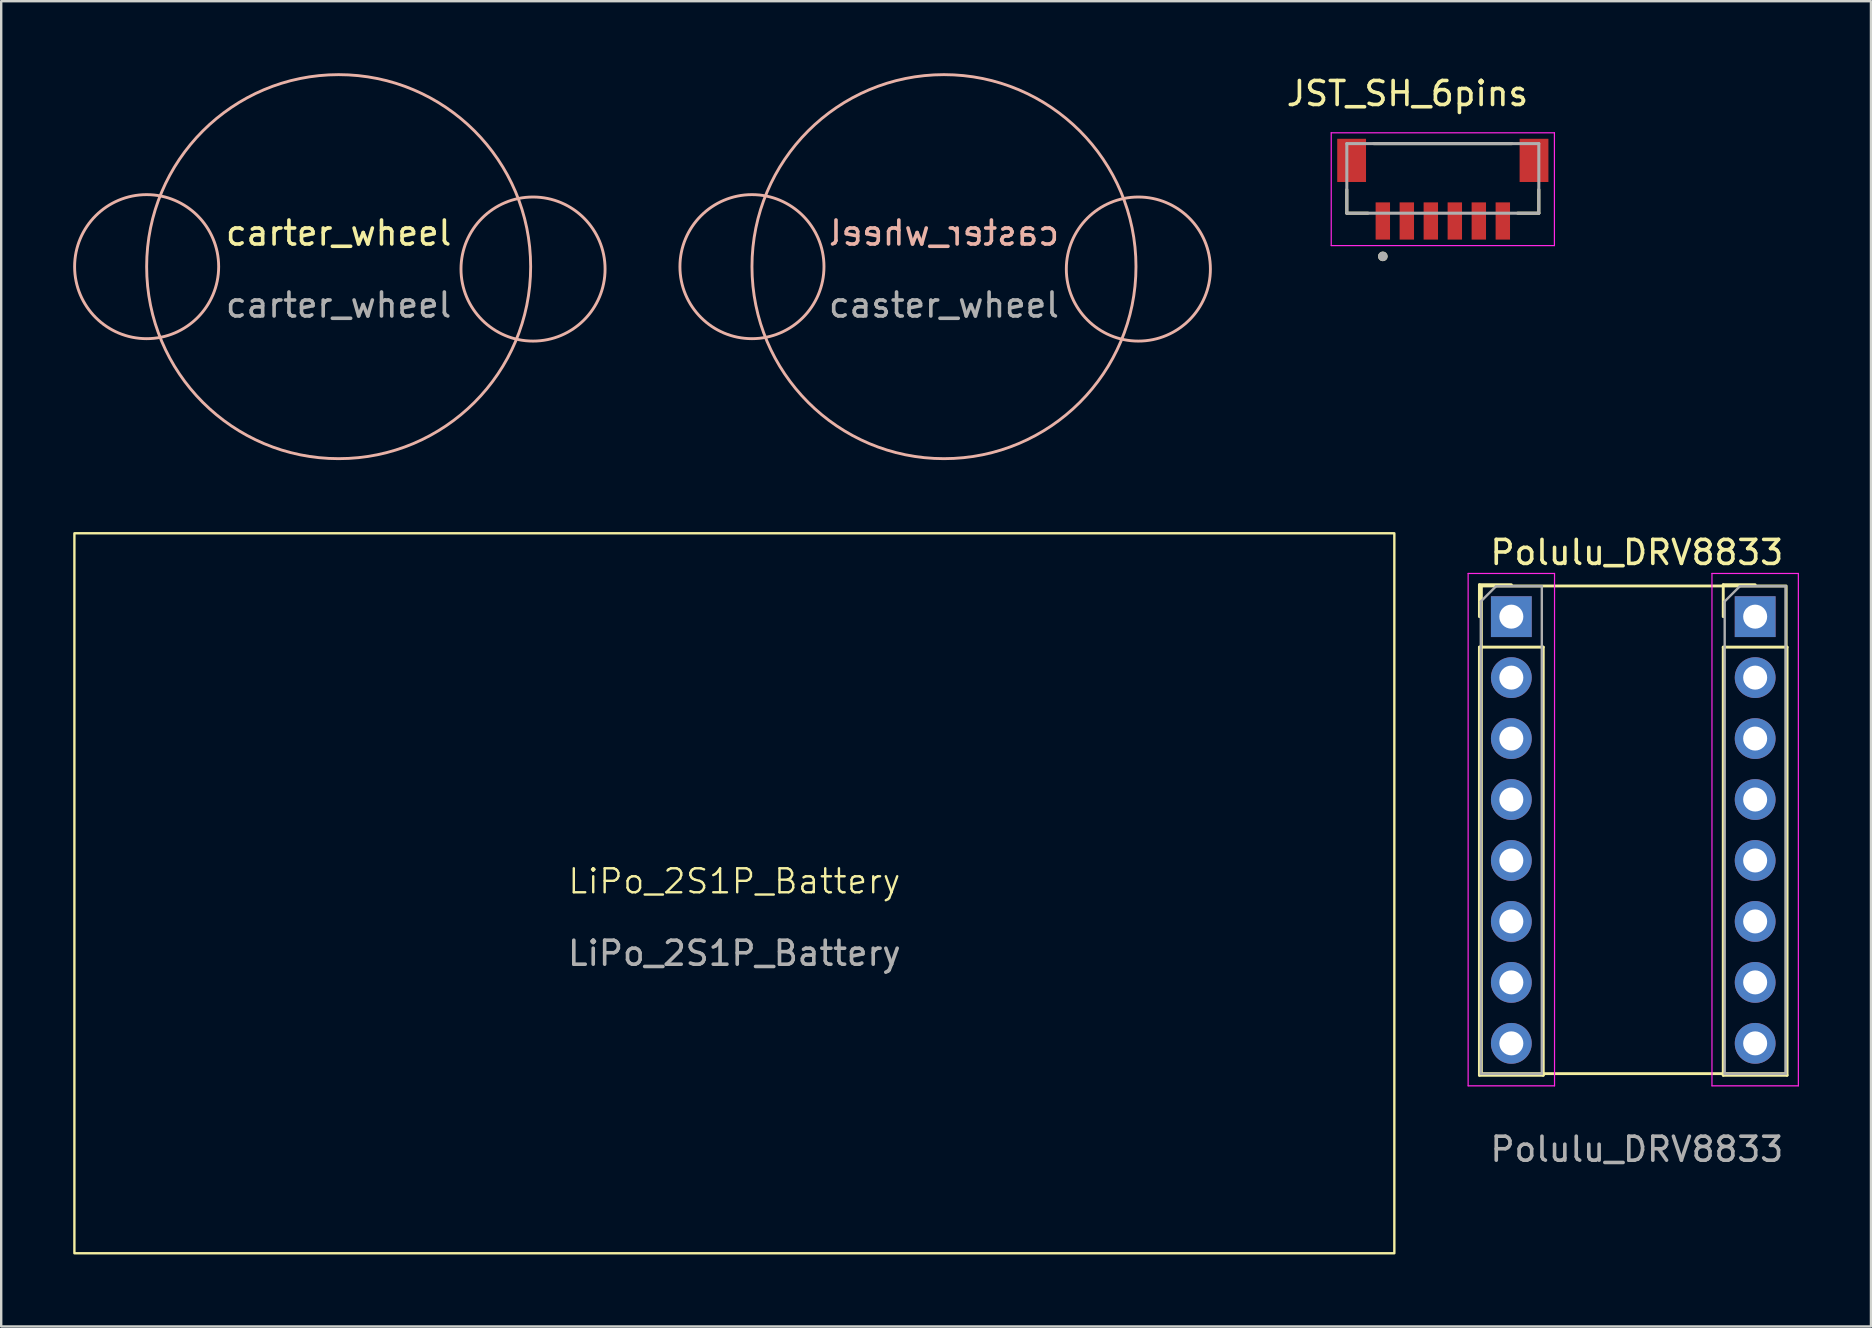
<source format=kicad_pcb>
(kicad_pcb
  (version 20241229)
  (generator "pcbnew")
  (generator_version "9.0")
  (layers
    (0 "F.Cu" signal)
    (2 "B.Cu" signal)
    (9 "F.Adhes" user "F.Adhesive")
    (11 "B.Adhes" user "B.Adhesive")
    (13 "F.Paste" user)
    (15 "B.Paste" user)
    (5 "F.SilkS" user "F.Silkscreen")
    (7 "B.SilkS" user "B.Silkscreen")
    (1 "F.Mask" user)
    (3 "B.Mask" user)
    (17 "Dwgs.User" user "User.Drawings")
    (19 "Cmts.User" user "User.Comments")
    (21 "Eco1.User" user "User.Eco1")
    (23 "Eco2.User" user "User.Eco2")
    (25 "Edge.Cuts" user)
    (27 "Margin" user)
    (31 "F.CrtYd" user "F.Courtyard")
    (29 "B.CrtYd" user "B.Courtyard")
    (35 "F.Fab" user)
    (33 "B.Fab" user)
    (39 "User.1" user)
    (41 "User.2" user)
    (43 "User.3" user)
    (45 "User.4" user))
  (footprint "JST_SH_6pins"
    (layer "F.Cu")
    (at 57.07 3.633)
    (property "Reference" "JST_SH_6pins" (at -1.475 -2.785 0) (layer "F.SilkS") (effects (font (size 1 1) (thickness 0.15))))
    (attr smd)
    (fp_line (start -4 2.2) (end -4 1.22) (stroke (width 0.127) (type solid)) (layer "F.SilkS"))
    (fp_line (start -3.12 2.2) (end -4 2.2) (stroke (width 0.127) (type solid)) (layer "F.SilkS"))
    (fp_line (start -2.88 -0.7) (end 2.88 -0.7) (stroke (width 0.127) (type solid)) (layer "F.SilkS"))
    (fp_line (start 4 2.2) (end 3.12 2.2) (stroke (width 0.127) (type solid)) (layer "F.SilkS"))
    (fp_line (start 4 2.2) (end 4 1.22) (stroke (width 0.127) (type solid)) (layer "F.SilkS"))
    (fp_circle (center -2.5 4) (end -2.4 4) (stroke (width 0.2) (type solid)) (fill no) (layer "F.SilkS"))
    (fp_line (start -4.65 -1.15) (end -4.65 3.55) (stroke (width 0.05) (type solid)) (layer "F.CrtYd"))
    (fp_line (start -4.65 3.55) (end 4.65 3.55) (stroke (width 0.05) (type solid)) (layer "F.CrtYd"))
    (fp_line (start 4.65 -1.15) (end -4.65 -1.15) (stroke (width 0.05) (type solid)) (layer "F.CrtYd"))
    (fp_line (start 4.65 3.55) (end 4.65 -1.15) (stroke (width 0.05) (type solid)) (layer "F.CrtYd"))
    (fp_line (start -4 -0.7) (end 4 -0.7) (stroke (width 0.127) (type solid)) (layer "F.Fab"))
    (fp_line (start -4 2.2) (end -4 -0.7) (stroke (width 0.127) (type solid)) (layer "F.Fab"))
    (fp_line (start 4 -0.7) (end 4 2.2) (stroke (width 0.127) (type solid)) (layer "F.Fab"))
    (fp_line (start 4 2.2) (end -4 2.2) (stroke (width 0.127) (type solid)) (layer "F.Fab"))
    (fp_circle (center -2.5 4) (end -2.4 4) (stroke (width 0.2) (type solid)) (fill no) (layer "F.Fab"))
    (pad "1" smd rect (at -2.5 2.525) (size 0.6 1.55) (layers "F.Cu" "F.Mask" "F.Paste"))
    (pad "2" smd rect (at -1.5 2.525) (size 0.6 1.55) (layers "F.Cu" "F.Mask" "F.Paste"))
    (pad "3" smd rect (at -0.5 2.525) (size 0.6 1.55) (layers "F.Cu" "F.Mask" "F.Paste"))
    (pad "4" smd rect (at 0.5 2.525) (size 0.6 1.55) (layers "F.Cu" "F.Mask" "F.Paste"))
    (pad "5" smd rect (at 1.5 2.525) (size 0.6 1.55) (layers "F.Cu" "F.Mask" "F.Paste"))
    (pad "6" smd rect (at 2.5 2.525) (size 0.6 1.55) (layers "F.Cu" "F.Mask" "F.Paste"))
    (pad "S1" smd rect (at -3.8 0) (size 1.2 1.8) (layers "F.Cu" "F.Mask" "F.Paste"))
    (pad "S2" smd rect (at 3.8 0) (size 1.2 1.8) (layers "F.Cu" "F.Mask" "F.Paste")))
  (footprint "caster_wheel"
    (layer "F.Cu")
    (at 36.284 8.061)
    (property "Reference" "caster_wheel" (at 0 -1.4 0) (unlocked yes) (layer "B.SilkS") (effects (font (size 1 1) (thickness 0.15)) (justify mirror)))
    (attr through_hole)
    (fp_circle (center -8.001 0) (end -5 0) (stroke (width 0.12) (type solid)) (fill no) (layer "B.SilkS"))
    (fp_circle (center 0 0) (end 8 0.1) (stroke (width 0.12) (type solid)) (fill no) (layer "B.SilkS"))
    (fp_circle (center 8.1 0.1) (end 11.1 0) (stroke (width 0.12) (type solid)) (fill no) (layer "B.SilkS"))
    (fp_text user "${REFERENCE}" (at 0 1.6 0) (unlocked yes) (layer "F.Fab") (effects (font (size 1 1) (thickness 0.15)))))
  (footprint "Polulu_DRV8833"
    (layer "F.Cu")
    (at 65.154 31.654)
    (property "Reference" "Polulu_DRV8833" (at 0 -11.684 0) (unlocked yes) (layer "F.SilkS") (effects (font (size 1 1) (thickness 0.15))))
    (attr through_hole)
    (fp_line (start -6.559 -10.339) (end -5.229 -10.339) (stroke (width 0.12) (type solid)) (layer "F.SilkS"))
    (fp_line (start -6.559 -9.009) (end -6.559 -10.339) (stroke (width 0.12) (type solid)) (layer "F.SilkS"))
    (fp_line (start -6.559 -7.739) (end -6.559 10.101) (stroke (width 0.12) (type solid)) (layer "F.SilkS"))
    (fp_line (start -6.559 -7.739) (end -3.899 -7.739) (stroke (width 0.12) (type solid)) (layer "F.SilkS"))
    (fp_line (start -6.559 10.101) (end -3.899 10.101) (stroke (width 0.12) (type solid)) (layer "F.SilkS"))
    (fp_line (start -3.899 -7.739) (end -3.899 10.101) (stroke (width 0.12) (type solid)) (layer "F.SilkS"))
    (fp_line (start 3.601 -10.339) (end 4.931 -10.339) (stroke (width 0.12) (type solid)) (layer "F.SilkS"))
    (fp_line (start 3.601 -9.009) (end 3.601 -10.339) (stroke (width 0.12) (type solid)) (layer "F.SilkS"))
    (fp_line (start 3.601 -7.739) (end 3.601 10.101) (stroke (width 0.12) (type solid)) (layer "F.SilkS"))
    (fp_line (start 3.601 -7.739) (end 6.261 -7.739) (stroke (width 0.12) (type solid)) (layer "F.SilkS"))
    (fp_line (start 3.601 10.101) (end 6.261 10.101) (stroke (width 0.12) (type solid)) (layer "F.SilkS"))
    (fp_line (start 6.261 -7.739) (end 6.261 10.101) (stroke (width 0.12) (type solid)) (layer "F.SilkS"))
    (fp_rect (start -6.477 -10.287) (end 6.223 10.033) (stroke (width 0.12) (type solid)) (fill no) (layer "F.SilkS"))
    (fp_line (start -7.029 -10.809) (end -7.029 10.541) (stroke (width 0.05) (type solid)) (layer "F.CrtYd"))
    (fp_line (start -7.029 10.541) (end -3.429 10.541) (stroke (width 0.05) (type solid)) (layer "F.CrtYd"))
    (fp_line (start -3.429 -10.809) (end -7.029 -10.809) (stroke (width 0.05) (type solid)) (layer "F.CrtYd"))
    (fp_line (start -3.429 10.541) (end -3.429 -10.809) (stroke (width 0.05) (type solid)) (layer "F.CrtYd"))
    (fp_line (start 3.131 -10.809) (end 3.131 10.541) (stroke (width 0.05) (type solid)) (layer "F.CrtYd"))
    (fp_line (start 3.131 10.541) (end 6.731 10.541) (stroke (width 0.05) (type solid)) (layer "F.CrtYd"))
    (fp_line (start 6.731 -10.809) (end 3.131 -10.809) (stroke (width 0.05) (type solid)) (layer "F.CrtYd"))
    (fp_line (start 6.731 10.541) (end 6.731 -10.809) (stroke (width 0.05) (type solid)) (layer "F.CrtYd"))
    (fp_line (start -6.499 -9.644) (end -5.864 -10.279) (stroke (width 0.1) (type solid)) (layer "F.Fab"))
    (fp_line (start -6.499 10.041) (end -6.499 -9.644) (stroke (width 0.1) (type solid)) (layer "F.Fab"))
    (fp_line (start -5.864 -10.279) (end -3.959 -10.279) (stroke (width 0.1) (type solid)) (layer "F.Fab"))
    (fp_line (start -3.959 -10.279) (end -3.959 10.041) (stroke (width 0.1) (type solid)) (layer "F.Fab"))
    (fp_line (start -3.959 10.041) (end -6.499 10.041) (stroke (width 0.1) (type solid)) (layer "F.Fab"))
    (fp_line (start 3.661 -9.644) (end 4.296 -10.279) (stroke (width 0.1) (type solid)) (layer "F.Fab"))
    (fp_line (start 3.661 10.041) (end 3.661 -9.644) (stroke (width 0.1) (type solid)) (layer "F.Fab"))
    (fp_line (start 4.296 -10.279) (end 6.201 -10.279) (stroke (width 0.1) (type solid)) (layer "F.Fab"))
    (fp_line (start 6.201 -10.279) (end 6.201 10.041) (stroke (width 0.1) (type solid)) (layer "F.Fab"))
    (fp_line (start 6.201 10.041) (end 3.661 10.041) (stroke (width 0.1) (type solid)) (layer "F.Fab"))
    (fp_text user "${REFERENCE}" (at 0 13.184 0) (unlocked yes) (layer "F.Fab") (effects (font (size 1 1) (thickness 0.15))))
    (pad "1" thru_hole rect (at -5.229 -9.009) (size 1.7 1.7) (drill 1) (layers "*.Cu" "*.Mask"))
    (pad "2" thru_hole oval (at -5.229 -6.469) (size 1.7 1.7) (drill 1) (layers "*.Cu" "*.Mask"))
    (pad "3" thru_hole oval (at -5.229 -3.929) (size 1.7 1.7) (drill 1) (layers "*.Cu" "*.Mask"))
    (pad "4" thru_hole oval (at -5.229 -1.389) (size 1.7 1.7) (drill 1) (layers "*.Cu" "*.Mask"))
    (pad "5" thru_hole oval (at -5.229 1.151) (size 1.7 1.7) (drill 1) (layers "*.Cu" "*.Mask"))
    (pad "6" thru_hole oval (at -5.229 3.691) (size 1.7 1.7) (drill 1) (layers "*.Cu" "*.Mask"))
    (pad "7" thru_hole oval (at -5.229 6.231) (size 1.7 1.7) (drill 1) (layers "*.Cu" "*.Mask"))
    (pad "8" thru_hole oval (at -5.229 8.771) (size 1.7 1.7) (drill 1) (layers "*.Cu" "*.Mask"))
    (pad "9" thru_hole rect (at 4.931 -9.009) (size 1.7 1.7) (drill 1) (layers "*.Cu" "*.Mask"))
    (pad "10" thru_hole oval (at 4.931 -6.469) (size 1.7 1.7) (drill 1) (layers "*.Cu" "*.Mask"))
    (pad "11" thru_hole oval (at 4.931 -3.929) (size 1.7 1.7) (drill 1) (layers "*.Cu" "*.Mask"))
    (pad "12" thru_hole oval (at 4.931 -1.389) (size 1.7 1.7) (drill 1) (layers "*.Cu" "*.Mask"))
    (pad "13" thru_hole oval (at 4.931 1.151) (size 1.7 1.7) (drill 1) (layers "*.Cu" "*.Mask"))
    (pad "14" thru_hole oval (at 4.931 3.691) (size 1.7 1.7) (drill 1) (layers "*.Cu" "*.Mask"))
    (pad "15" thru_hole oval (at 4.931 6.231) (size 1.7 1.7) (drill 1) (layers "*.Cu" "*.Mask"))
    (pad "16" thru_hole oval (at 4.931 8.771) (size 1.7 1.7) (drill 1) (layers "*.Cu" "*.Mask")))
  (footprint "LiPo_2S1P_Battery"
    (layer "F.Cu")
    (at 27.55 34.171)
    (property "Reference" "LiPo_2S1P_Battery" (at 0 -0.5 0) (unlocked yes) (layer "F.SilkS") (effects (font (size 1 1) (thickness 0.1))))
    (attr smd)
    (fp_rect (start -27.5 -15) (end 27.5 15) (stroke (width 0.1) (type default)) (fill no) (layer "F.SilkS"))
    (fp_text user "${REFERENCE}" (at 0 2.5 0) (unlocked yes) (layer "F.Fab") (effects (font (size 1 1) (thickness 0.15)))))
  (footprint "carter_wheel"
    (layer "F.Cu")
    (at 11.061 8.061)
    (property "Reference" "carter_wheel" (at 0 -1.4 0) (unlocked yes) (layer "F.SilkS") (effects (font (size 1 1) (thickness 0.15))))
    (attr through_hole)
    (fp_circle (center -8.001 0) (end -5 0) (stroke (width 0.12) (type solid)) (fill no) (layer "B.SilkS"))
    (fp_circle (center 0 0) (end 8 0.1) (stroke (width 0.12) (type solid)) (fill no) (layer "B.SilkS"))
    (fp_circle (center 8.1 0.1) (end 11.1 0) (stroke (width 0.12) (type solid)) (fill no) (layer "B.SilkS"))
    (fp_text user "${REFERENCE}" (at 0 1.6 0) (unlocked yes) (layer "F.Fab") (effects (font (size 1 1) (thickness 0.15)))))
  (gr_rect
    (start -3 -3)
    (end 74.91 52.221)
    (stroke (width 0.1) (type default))
    (fill no)
    (layer "Edge.Cuts")))
</source>
